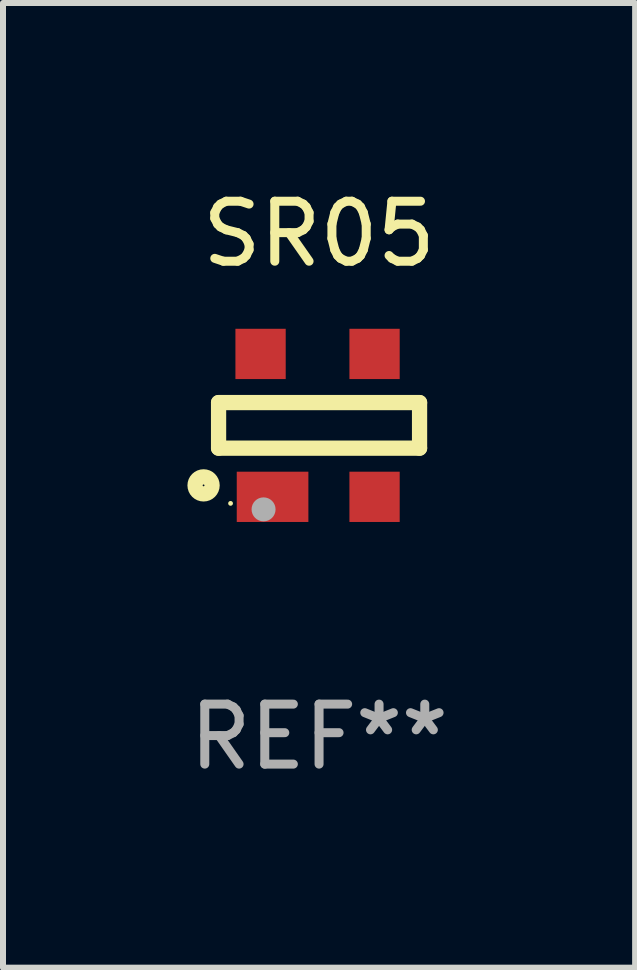
<source format=kicad_pcb>
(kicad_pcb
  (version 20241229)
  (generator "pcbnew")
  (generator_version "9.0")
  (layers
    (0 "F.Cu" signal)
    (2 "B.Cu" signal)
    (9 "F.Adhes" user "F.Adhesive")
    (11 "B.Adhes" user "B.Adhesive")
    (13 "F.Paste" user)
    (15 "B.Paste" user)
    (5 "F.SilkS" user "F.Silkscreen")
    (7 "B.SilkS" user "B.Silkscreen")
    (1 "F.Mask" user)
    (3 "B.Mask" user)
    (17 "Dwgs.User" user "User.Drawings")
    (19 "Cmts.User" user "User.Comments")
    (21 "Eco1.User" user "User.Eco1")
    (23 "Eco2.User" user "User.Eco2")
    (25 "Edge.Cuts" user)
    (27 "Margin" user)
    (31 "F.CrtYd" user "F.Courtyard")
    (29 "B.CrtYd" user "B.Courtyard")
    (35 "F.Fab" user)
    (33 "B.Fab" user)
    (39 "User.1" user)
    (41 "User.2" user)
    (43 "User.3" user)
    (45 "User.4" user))
  (footprint "SR05"
    (layer "F.Cu")
    (at 2.268 4.04)
    (property "Reference" "SR05" (at 0 -3.191 0) (layer "F.SilkS") (effects (font (size 1 1) (thickness 0.15))))
    (attr through_hole)
    (fp_line (start -1.675 -0.38) (end -1.675 0.38) (stroke (width 0.254) (type solid)) (layer "F.SilkS"))
    (fp_line (start -1.675 -0.38) (end 1.675 -0.38) (stroke (width 0.254) (type solid)) (layer "F.SilkS"))
    (fp_line (start -1.675 0.38) (end 1.675 0.38) (stroke (width 0.254) (type solid)) (layer "F.SilkS"))
    (fp_line (start 1.675 -0.38) (end 1.675 0.38) (stroke (width 0.254) (type solid)) (layer "F.SilkS"))
    (fp_circle (center -1.925 1) (end -1.783 1) (stroke (width 0.254) (type solid)) (fill no) (layer "F.SilkS"))
    (fp_circle (center -1.475 1.3) (end -1.455 1.3) (stroke (width 0.04) (type solid)) (fill no) (layer "F.SilkS"))
    (fp_circle (center -0.925 1.4) (end -0.825 1.4) (stroke (width 0.2) (type solid)) (fill no) (layer "F.Fab"))
    (fp_text user "REF**" (at 0 5.191 0) (layer "F.Fab") (effects (font (size 1 1) (thickness 0.15))))
    (pad "1" smd rect (at -0.775 1.191) (size 1.194 0.838) (layers "F.Cu" "F.Mask" "F.Paste"))
    (pad "2" smd rect (at 0.925 1.191) (size 0.838 0.838) (layers "F.Cu" "F.Mask" "F.Paste"))
    (pad "3" smd rect (at 0.925 -1.191) (size 0.838 0.838) (layers "F.Cu" "F.Mask" "F.Paste"))
    (pad "4" smd rect (at -0.975 -1.191) (size 0.838 0.838) (layers "F.Cu" "F.Mask" "F.Paste")))
  (gr_rect
    (start -3 -3)
    (end 7.536 13.079)
    (stroke (width 0.1) (type default))
    (fill no)
    (layer "Edge.Cuts")))
</source>
